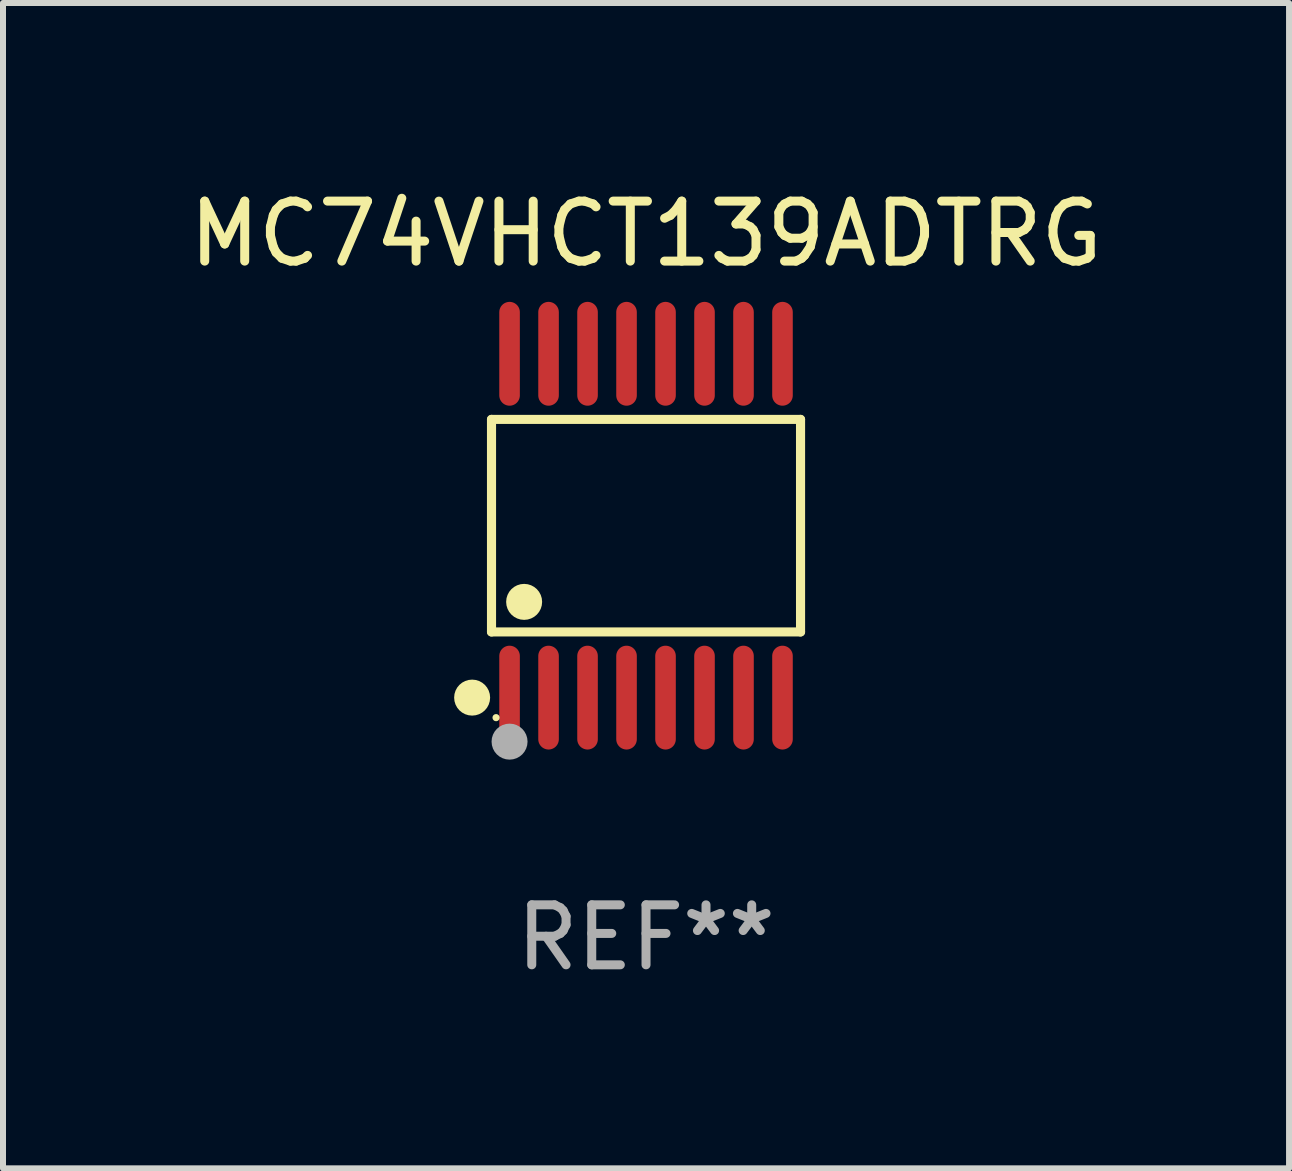
<source format=kicad_pcb>
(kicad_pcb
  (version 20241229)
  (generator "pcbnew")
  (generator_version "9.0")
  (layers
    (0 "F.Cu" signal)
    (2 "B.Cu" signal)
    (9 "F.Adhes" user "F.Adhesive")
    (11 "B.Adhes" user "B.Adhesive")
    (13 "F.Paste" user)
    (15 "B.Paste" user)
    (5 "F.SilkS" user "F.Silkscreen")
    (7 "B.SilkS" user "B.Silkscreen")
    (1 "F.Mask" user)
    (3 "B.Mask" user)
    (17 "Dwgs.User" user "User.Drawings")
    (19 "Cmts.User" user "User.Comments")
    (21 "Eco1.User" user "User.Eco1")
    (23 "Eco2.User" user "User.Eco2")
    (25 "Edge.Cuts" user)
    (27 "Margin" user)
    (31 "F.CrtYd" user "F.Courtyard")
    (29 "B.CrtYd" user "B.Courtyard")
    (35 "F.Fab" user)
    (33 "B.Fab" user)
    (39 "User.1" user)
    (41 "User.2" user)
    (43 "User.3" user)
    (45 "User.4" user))
  (footprint "MC74VHCT139ADTRG"
    (layer "F.Cu")
    (at 7.72 5.714)
    (property "Reference" "MC74VHCT139ADTRG" (at 0 -4.866 0) (layer "F.SilkS") (effects (font (size 1 1) (thickness 0.15))))
    (attr through_hole)
    (fp_line (start -2.576 -1.772) (end 2.576 -1.772) (stroke (width 0.152) (type solid)) (layer "F.SilkS"))
    (fp_line (start -2.576 1.771) (end -2.576 -1.772) (stroke (width 0.152) (type solid)) (layer "F.SilkS"))
    (fp_line (start 2.576 -1.772) (end 2.576 1.771) (stroke (width 0.152) (type solid)) (layer "F.SilkS"))
    (fp_line (start 2.576 1.771) (end -2.576 1.771) (stroke (width 0.152) (type solid)) (layer "F.SilkS"))
    (fp_circle (center -2.899 2.866) (end -2.749 2.866) (stroke (width 0.3) (type solid)) (fill no) (layer "F.SilkS"))
    (fp_circle (center -2.5 3.2) (end -2.47 3.2) (stroke (width 0.06) (type solid)) (fill no) (layer "F.SilkS"))
    (fp_circle (center -2.032 1.27) (end -1.882 1.27) (stroke (width 0.3) (type solid)) (fill no) (layer "F.SilkS"))
    (fp_circle (center -2.275 3.6) (end -2.125 3.6) (stroke (width 0.3) (type solid)) (fill no) (layer "F.Fab"))
    (fp_text user "REF**" (at 0 6.866 0) (layer "F.Fab") (effects (font (size 1 1) (thickness 0.15))))
    (pad "1" smd oval (at -2.275 2.866) (size 0.343 1.731) (layers "F.Cu" "F.Mask" "F.Paste"))
    (pad "2" smd oval (at -1.625 2.866) (size 0.343 1.731) (layers "F.Cu" "F.Mask" "F.Paste"))
    (pad "3" smd oval (at -0.975 2.866) (size 0.343 1.731) (layers "F.Cu" "F.Mask" "F.Paste"))
    (pad "4" smd oval (at -0.325 2.866) (size 0.343 1.731) (layers "F.Cu" "F.Mask" "F.Paste"))
    (pad "5" smd oval (at 0.325 2.866) (size 0.343 1.731) (layers "F.Cu" "F.Mask" "F.Paste"))
    (pad "6" smd oval (at 0.975 2.866) (size 0.343 1.731) (layers "F.Cu" "F.Mask" "F.Paste"))
    (pad "7" smd oval (at 1.625 2.866) (size 0.343 1.731) (layers "F.Cu" "F.Mask" "F.Paste"))
    (pad "8" smd oval (at 2.275 2.866) (size 0.343 1.731) (layers "F.Cu" "F.Mask" "F.Paste"))
    (pad "9" smd oval (at 2.275 -2.866) (size 0.343 1.731) (layers "F.Cu" "F.Mask" "F.Paste"))
    (pad "10" smd oval (at 1.625 -2.866) (size 0.343 1.731) (layers "F.Cu" "F.Mask" "F.Paste"))
    (pad "11" smd oval (at 0.975 -2.866) (size 0.343 1.731) (layers "F.Cu" "F.Mask" "F.Paste"))
    (pad "12" smd oval (at 0.325 -2.866) (size 0.343 1.731) (layers "F.Cu" "F.Mask" "F.Paste"))
    (pad "13" smd oval (at -0.325 -2.866) (size 0.343 1.731) (layers "F.Cu" "F.Mask" "F.Paste"))
    (pad "14" smd oval (at -0.975 -2.866) (size 0.343 1.731) (layers "F.Cu" "F.Mask" "F.Paste"))
    (pad "15" smd oval (at -1.625 -2.866) (size 0.343 1.731) (layers "F.Cu" "F.Mask" "F.Paste"))
    (pad "16" smd oval (at -2.275 -2.866) (size 0.343 1.731) (layers "F.Cu" "F.Mask" "F.Paste")))
  (gr_rect
    (start -3 -3)
    (end 18.44 16.428)
    (stroke (width 0.1) (type default))
    (fill no)
    (layer "Edge.Cuts")))
</source>
